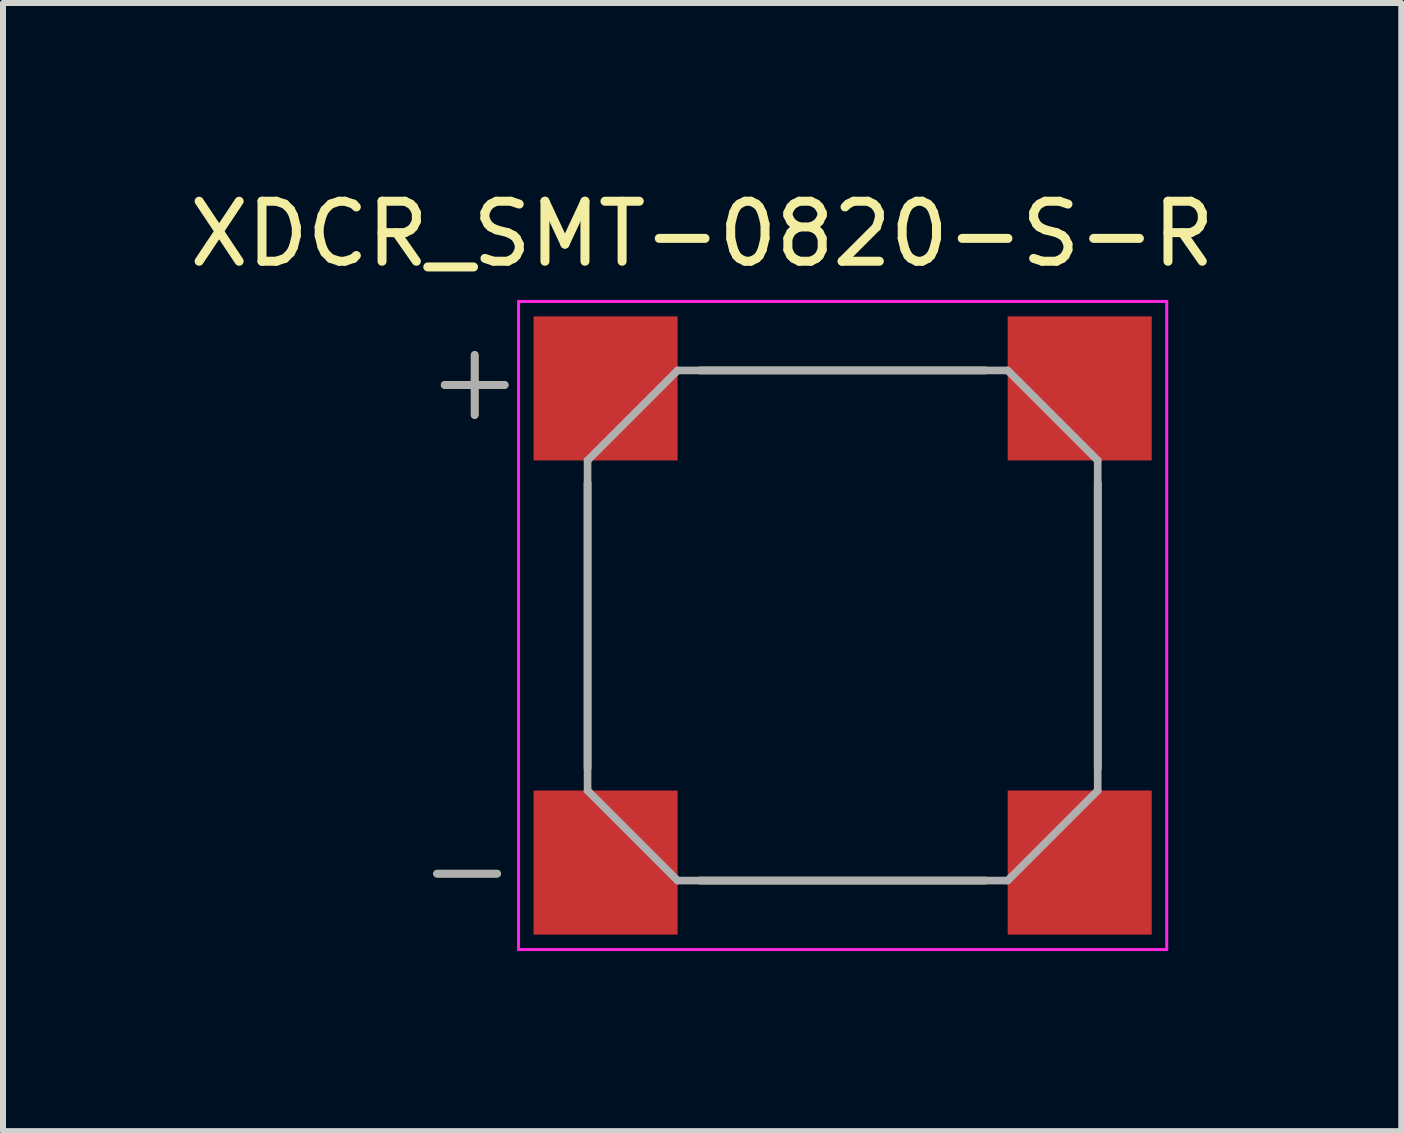
<source format=kicad_pcb>
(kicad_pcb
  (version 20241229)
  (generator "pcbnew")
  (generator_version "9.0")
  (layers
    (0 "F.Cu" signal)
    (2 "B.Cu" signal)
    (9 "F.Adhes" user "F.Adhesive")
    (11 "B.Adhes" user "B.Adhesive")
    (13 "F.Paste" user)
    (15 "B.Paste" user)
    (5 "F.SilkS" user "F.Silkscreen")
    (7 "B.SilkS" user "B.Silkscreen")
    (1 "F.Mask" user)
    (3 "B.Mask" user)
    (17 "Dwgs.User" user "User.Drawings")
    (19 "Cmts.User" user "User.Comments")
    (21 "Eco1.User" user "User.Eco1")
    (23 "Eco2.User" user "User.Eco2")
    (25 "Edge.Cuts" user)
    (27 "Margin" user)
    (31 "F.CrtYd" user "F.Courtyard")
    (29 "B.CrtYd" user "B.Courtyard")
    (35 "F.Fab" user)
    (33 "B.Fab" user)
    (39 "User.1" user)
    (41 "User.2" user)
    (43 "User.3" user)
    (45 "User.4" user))
  (footprint "XDCR_SMT-0820-S-R"
    (layer "F.Cu")
    (at 10.99 7.372)
    (property "Reference" "XDCR_SMT-0820-S-R" (at -2.341 -6.524 0) (layer "F.SilkS") (effects (font (size 1 1) (thickness 0.15))))
    (attr smd)
    (fp_line (start -6.758 4.135) (end -5.758 4.135) (stroke (width 0.127) (type solid)) (layer "F.SilkS"))
    (fp_line (start -6.631 -4.008) (end -5.631 -4.008) (stroke (width 0.127) (type solid)) (layer "F.SilkS"))
    (fp_line (start -6.131 -4.508) (end -6.131 -3.508) (stroke (width 0.127) (type solid)) (layer "F.SilkS"))
    (fp_line (start -4.25 -2.38) (end -4.25 2.38) (stroke (width 0.127) (type solid)) (layer "F.SilkS"))
    (fp_line (start -2.38 -4.25) (end 2.38 -4.25) (stroke (width 0.127) (type solid)) (layer "F.SilkS"))
    (fp_line (start -2.38 4.25) (end 2.38 4.25) (stroke (width 0.127) (type solid)) (layer "F.SilkS"))
    (fp_line (start 4.25 -2.38) (end 4.25 2.38) (stroke (width 0.127) (type solid)) (layer "F.SilkS"))
    (fp_line (start -5.4 -5.4) (end -5.4 5.4) (stroke (width 0.05) (type solid)) (layer "F.CrtYd"))
    (fp_line (start -5.4 5.4) (end 5.4 5.4) (stroke (width 0.05) (type solid)) (layer "F.CrtYd"))
    (fp_line (start 5.4 -5.4) (end -5.4 -5.4) (stroke (width 0.05) (type solid)) (layer "F.CrtYd"))
    (fp_line (start 5.4 5.4) (end 5.4 -5.4) (stroke (width 0.05) (type solid)) (layer "F.CrtYd"))
    (fp_line (start -6.758 4.135) (end -5.758 4.135) (stroke (width 0.127) (type solid)) (layer "F.Fab"))
    (fp_line (start -6.631 -4.008) (end -5.631 -4.008) (stroke (width 0.127) (type solid)) (layer "F.Fab"))
    (fp_line (start -6.131 -4.508) (end -6.131 -3.508) (stroke (width 0.127) (type solid)) (layer "F.Fab"))
    (fp_line (start -4.25 -2.75) (end -2.75 -4.25) (stroke (width 0.127) (type solid)) (layer "F.Fab"))
    (fp_line (start -4.25 2.75) (end -4.25 -2.75) (stroke (width 0.127) (type solid)) (layer "F.Fab"))
    (fp_line (start -4.25 2.75) (end -2.75 4.25) (stroke (width 0.127) (type solid)) (layer "F.Fab"))
    (fp_line (start -2.75 -4.25) (end 2.75 -4.25) (stroke (width 0.127) (type solid)) (layer "F.Fab"))
    (fp_line (start 2.75 4.25) (end -2.75 4.25) (stroke (width 0.127) (type solid)) (layer "F.Fab"))
    (fp_line (start 4.25 -2.75) (end 2.75 -4.25) (stroke (width 0.127) (type solid)) (layer "F.Fab"))
    (fp_line (start 4.25 -2.75) (end 4.25 2.75) (stroke (width 0.127) (type solid)) (layer "F.Fab"))
    (fp_line (start 4.25 2.75) (end 2.75 4.25) (stroke (width 0.127) (type solid)) (layer "F.Fab"))
    (pad "3" smd rect (at 3.95 3.95) (size 2.4 2.4) (layers "F.Cu" "F.Mask" "F.Paste"))
    (pad "4" smd rect (at 3.95 -3.95) (size 2.4 2.4) (layers "F.Cu" "F.Mask" "F.Paste"))
    (pad "N" smd rect (at -3.95 3.95) (size 2.4 2.4) (layers "F.Cu" "F.Mask" "F.Paste"))
    (pad "P" smd rect (at -3.95 -3.95) (size 2.4 2.4) (layers "F.Cu" "F.Mask" "F.Paste")))
  (gr_rect
    (start -3 -3)
    (end 20.298 15.797)
    (stroke (width 0.1) (type default))
    (fill no)
    (layer "Edge.Cuts")))
</source>
